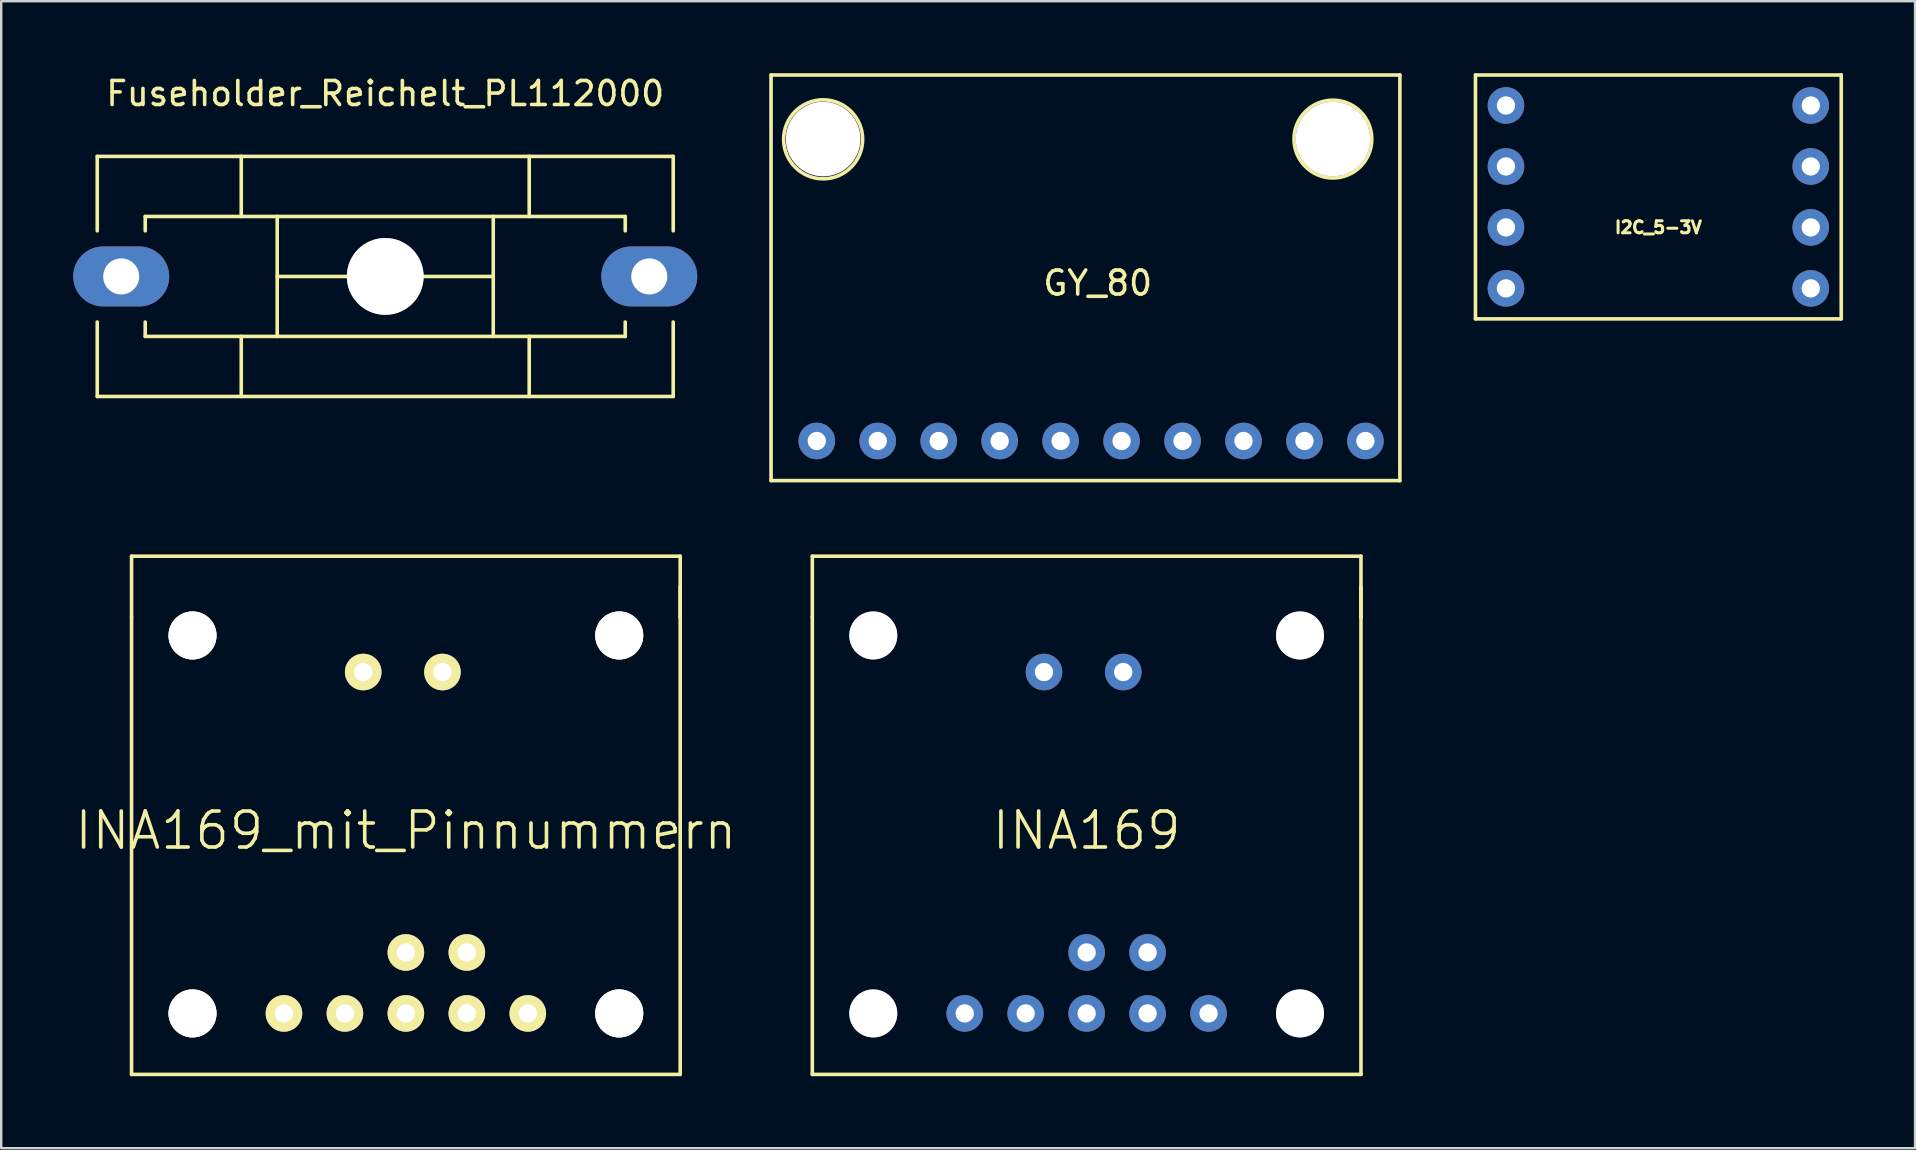
<source format=kicad_pcb>
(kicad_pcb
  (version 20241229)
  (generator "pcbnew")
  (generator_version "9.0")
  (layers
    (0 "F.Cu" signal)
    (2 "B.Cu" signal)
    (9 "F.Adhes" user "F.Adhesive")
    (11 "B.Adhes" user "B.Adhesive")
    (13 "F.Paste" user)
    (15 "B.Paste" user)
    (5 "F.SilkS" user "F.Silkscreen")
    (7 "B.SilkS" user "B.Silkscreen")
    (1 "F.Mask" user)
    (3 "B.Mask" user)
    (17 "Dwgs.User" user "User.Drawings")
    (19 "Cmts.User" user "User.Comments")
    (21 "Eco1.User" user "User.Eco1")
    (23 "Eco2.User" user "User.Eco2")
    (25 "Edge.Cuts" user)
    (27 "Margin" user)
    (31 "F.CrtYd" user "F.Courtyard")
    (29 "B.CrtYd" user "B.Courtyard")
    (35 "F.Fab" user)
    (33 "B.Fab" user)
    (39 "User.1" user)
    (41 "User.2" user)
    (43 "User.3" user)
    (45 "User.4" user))
  (footprint "I2C_5-3V"
    (layer "F.Cu")
    (at 66.047 5.155)
    (property "Reference" "I2C_5-3V" (at 0 1.27 0) (layer "F.SilkS") (effects (font (size 0.5 0.5) (thickness 0.125))))
    (fp_line (start -7.62 -5.08) (end 7.62 -5.08) (stroke (width 0.15) (type solid)) (layer "F.SilkS"))
    (fp_line (start -7.62 5.08) (end -7.62 -5.08) (stroke (width 0.15) (type solid)) (layer "F.SilkS"))
    (fp_line (start 7.62 -5.08) (end 7.62 5.08) (stroke (width 0.15) (type solid)) (layer "F.SilkS"))
    (fp_line (start 7.62 5.08) (end -7.62 5.08) (stroke (width 0.15) (type solid)) (layer "F.SilkS"))
    (pad "1" thru_hole circle (at -6.35 -3.81) (size 1.524 1.524) (drill 0.762) (layers "*.Cu" "*.Mask"))
    (pad "2" thru_hole circle (at -6.35 -1.27) (size 1.524 1.524) (drill 0.762) (layers "*.Cu" "*.Mask"))
    (pad "3" thru_hole circle (at -6.35 1.27) (size 1.524 1.524) (drill 0.762) (layers "*.Cu" "*.Mask"))
    (pad "4" thru_hole circle (at -6.35 3.81) (size 1.524 1.524) (drill 0.762) (layers "*.Cu" "*.Mask"))
    (pad "5" thru_hole circle (at 6.35 -3.81) (size 1.524 1.524) (drill 0.762) (layers "*.Cu" "*.Mask"))
    (pad "6" thru_hole circle (at 6.35 -1.27) (size 1.524 1.524) (drill 0.762) (layers "*.Cu" "*.Mask"))
    (pad "7" thru_hole circle (at 6.35 1.27) (size 1.524 1.524) (drill 0.762) (layers "*.Cu" "*.Mask"))
    (pad "8" thru_hole circle (at 6.35 3.81) (size 1.524 1.524) (drill 0.762) (layers "*.Cu" "*.Mask")))
  (footprint "Fuseholder_Reichelt_PL112000"
    (layer "F.Cu")
    (at 13.001 8.468)
    (property "Reference" "Fuseholder_Reichelt_PL112000" (at 0 -7.62 0) (layer "F.SilkS") (effects (font (size 1 1) (thickness 0.15))))
    (fp_line (start -11.999 -5.001) (end -11.999 -1.9) (stroke (width 0.15) (type solid)) (layer "F.SilkS"))
    (fp_line (start -11.999 1.9) (end -11.999 5.001) (stroke (width 0.15) (type solid)) (layer "F.SilkS"))
    (fp_line (start -11.999 5.001) (end 11.999 5.001) (stroke (width 0.15) (type solid)) (layer "F.SilkS"))
    (fp_line (start -10 -2.499) (end -10 -1.9) (stroke (width 0.15) (type solid)) (layer "F.SilkS"))
    (fp_line (start -10 1.9) (end -10 2.499) (stroke (width 0.15) (type solid)) (layer "F.SilkS"))
    (fp_line (start -10 2.499) (end 10 2.499) (stroke (width 0.15) (type solid)) (layer "F.SilkS"))
    (fp_line (start -5.999 -2.499) (end -5.999 -5.001) (stroke (width 0.15) (type solid)) (layer "F.SilkS"))
    (fp_line (start -5.999 5.001) (end -5.999 2.499) (stroke (width 0.15) (type solid)) (layer "F.SilkS"))
    (fp_line (start -4.501 -2.499) (end -4.501 2.499) (stroke (width 0.15) (type solid)) (layer "F.SilkS"))
    (fp_line (start -4.501 0) (end 4.501 0) (stroke (width 0.15) (type solid)) (layer "F.SilkS"))
    (fp_line (start 4.501 -2.499) (end 4.501 2.499) (stroke (width 0.15) (type solid)) (layer "F.SilkS"))
    (fp_line (start 5.999 -5.001) (end 5.999 -2.499) (stroke (width 0.15) (type solid)) (layer "F.SilkS"))
    (fp_line (start 5.999 5.001) (end 5.999 2.499) (stroke (width 0.15) (type solid)) (layer "F.SilkS"))
    (fp_line (start 10 -2.499) (end -10 -2.499) (stroke (width 0.15) (type solid)) (layer "F.SilkS"))
    (fp_line (start 10 -1.9) (end 10 -2.499) (stroke (width 0.15) (type solid)) (layer "F.SilkS"))
    (fp_line (start 10 2.499) (end 10 1.9) (stroke (width 0.15) (type solid)) (layer "F.SilkS"))
    (fp_line (start 11.999 -5.001) (end -11.999 -5.001) (stroke (width 0.15) (type solid)) (layer "F.SilkS"))
    (fp_line (start 11.999 -1.9) (end 11.999 -5.001) (stroke (width 0.15) (type solid)) (layer "F.SilkS"))
    (fp_line (start 11.999 5.001) (end 11.999 1.9) (stroke (width 0.15) (type solid)) (layer "F.SilkS"))
    (pad "" thru_hole circle (at 0 0) (size 3.2 3.2) (drill 3.2) (layers "*.Cu" "*.Mask"))
    (pad "1" thru_hole oval (at -11.001 0 270) (size 2.499 4) (drill 1.501) (layers "*.Cu" "*.Mask"))
    (pad "2" thru_hole oval (at 11.001 0 270) (size 2.499 4) (drill 1.501) (layers "*.Cu" "*.Mask")))
  (footprint "GY_80"
    (layer "F.Cu")
    (at 41.777 8.72)
    (property "Reference" "GY_80" (at 0.91 0.025 0) (layer "F.SilkS") (effects (font (size 1 1) (thickness 0.15))))
    (fp_line (start -12.7 -8.645) (end -12.7 8.255) (stroke (width 0.15) (type solid)) (layer "F.SilkS"))
    (fp_line (start -12.7 8.255) (end 13.5 8.255) (stroke (width 0.15) (type solid)) (layer "F.SilkS"))
    (fp_line (start 13.5 -8.645) (end -12.7 -8.645) (stroke (width 0.15) (type solid)) (layer "F.SilkS"))
    (fp_line (start 13.5 8.255) (end 13.5 -8.645) (stroke (width 0.15) (type solid)) (layer "F.SilkS"))
    (fp_circle (center -10.53 -5.965) (end -9.2 -4.995) (stroke (width 0.15) (type solid)) (fill no) (layer "F.SilkS"))
    (fp_circle (center 10.71 -5.975) (end 11.51 -4.565) (stroke (width 0.15) (type solid)) (fill no) (layer "F.SilkS"))
    (pad "1" thru_hole circle (at -10.795 6.604) (size 1.524 1.524) (drill 0.762) (layers "*.Cu" "*.Mask"))
    (pad "2" thru_hole circle (at -8.255 6.604) (size 1.524 1.524) (drill 0.762) (layers "*.Cu" "*.Mask"))
    (pad "3" thru_hole circle (at -5.715 6.604) (size 1.524 1.524) (drill 0.762) (layers "*.Cu" "*.Mask"))
    (pad "4" thru_hole circle (at -3.175 6.604) (size 1.524 1.524) (drill 0.762) (layers "*.Cu" "*.Mask"))
    (pad "5" thru_hole circle (at -0.635 6.604) (size 1.524 1.524) (drill 0.762) (layers "*.Cu" "*.Mask"))
    (pad "6" thru_hole circle (at 1.905 6.604) (size 1.524 1.524) (drill 0.762) (layers "*.Cu" "*.Mask"))
    (pad "7" thru_hole circle (at 4.445 6.604) (size 1.524 1.524) (drill 0.762) (layers "*.Cu" "*.Mask"))
    (pad "8" thru_hole circle (at 6.985 6.604) (size 1.524 1.524) (drill 0.762) (layers "*.Cu" "*.Mask"))
    (pad "9" thru_hole circle (at 9.525 6.604) (size 1.524 1.524) (drill 0.762) (layers "*.Cu" "*.Mask"))
    (pad "10" thru_hole circle (at 12.065 6.604) (size 1.524 1.524) (drill 0.762) (layers "*.Cu" "*.Mask"))
    (pad "11" thru_hole circle (at 10.71 -5.975) (size 3.1 3.1) (drill 3.1) (layers "*.Cu" "*.Mask"))
    (pad "12" thru_hole circle (at -10.53 -5.975) (size 3.1 3.1) (drill 3.1) (layers "*.Cu" "*.Mask")))
  (footprint "INA169_mit_Pinnummern"
    (layer "F.Cu")
    (at 13.861 31.555)
    (property "Reference" "INA169_mit_Pinnummern" (at 0 0 180) (layer "F.SilkS") (effects (font (size 1.5 1.5) (thickness 0.15))))
    (fp_line (start -11.43 -11.43) (end 11.43 -11.43) (stroke (width 0.15) (type solid)) (layer "F.SilkS"))
    (fp_line (start -11.43 -8.89) (end -11.43 -11.43) (stroke (width 0.15) (type solid)) (layer "F.SilkS"))
    (fp_line (start -11.43 -8.89) (end -11.43 10.16) (stroke (width 0.15) (type solid)) (layer "F.SilkS"))
    (fp_line (start 11.43 -11.43) (end 11.43 -8.89) (stroke (width 0.15) (type solid)) (layer "F.SilkS"))
    (fp_line (start 11.43 -8.89) (end 11.43 -10.16) (stroke (width 0.15) (type solid)) (layer "F.SilkS"))
    (fp_line (start 11.43 10.16) (end -11.43 10.16) (stroke (width 0.15) (type solid)) (layer "F.SilkS"))
    (fp_line (start 11.43 10.16) (end 11.43 -8.89) (stroke (width 0.15) (type solid)) (layer "F.SilkS"))
    (pad "" thru_hole circle (at -8.89 -8.128) (size 2 2) (drill 2) (layers "*.Cu" "*.Mask" "F.SilkS"))
    (pad "" thru_hole circle (at -8.89 7.62) (size 2 2) (drill 2) (layers "*.Cu" "*.Mask" "F.SilkS"))
    (pad "" thru_hole circle (at 8.89 -8.128) (size 2 2) (drill 2) (layers "*.Cu" "*.Mask" "F.SilkS"))
    (pad "" thru_hole circle (at 8.89 7.62) (size 2 2) (drill 2) (layers "*.Cu" "*.Mask" "F.SilkS"))
    (pad "1" thru_hole circle (at -5.08 7.62) (size 1.524 1.524) (drill 0.762) (layers "*.Cu" "*.Mask" "F.SilkS"))
    (pad "2" thru_hole circle (at -2.54 7.62) (size 1.524 1.524) (drill 0.762) (layers "*.Cu" "*.Mask" "F.SilkS"))
    (pad "3" thru_hole circle (at 5.08 7.62) (size 1.524 1.524) (drill 0.762) (layers "*.Cu" "*.Mask" "F.SilkS"))
    (pad "4" thru_hole circle (at 1.524 -6.604) (size 1.524 1.524) (drill 0.762) (layers "*.Cu" "*.Mask" "F.SilkS"))
    (pad "4" thru_hole circle (at 2.54 5.08) (size 1.524 1.524) (drill 0.762) (layers "*.Cu" "*.Mask" "F.SilkS"))
    (pad "4" thru_hole circle (at 2.54 7.62) (size 1.524 1.524) (drill 0.762) (layers "*.Cu" "*.Mask" "F.SilkS"))
    (pad "5" thru_hole circle (at -1.778 -6.604) (size 1.524 1.524) (drill 0.762) (layers "*.Cu" "*.Mask" "F.SilkS"))
    (pad "5" thru_hole circle (at 0 5.08) (size 1.524 1.524) (drill 0.762) (layers "*.Cu" "*.Mask" "F.SilkS"))
    (pad "5" thru_hole circle (at 0 7.62) (size 1.524 1.524) (drill 0.762) (layers "*.Cu" "*.Mask" "F.SilkS")))
  (footprint "INA169"
    (layer "F.Cu")
    (at 42.226 31.555)
    (property "Reference" "INA169" (at 0 0 180) (layer "F.SilkS") (effects (font (size 1.5 1.5) (thickness 0.15))))
    (fp_line (start -11.43 -11.43) (end 11.43 -11.43) (stroke (width 0.15) (type solid)) (layer "F.SilkS"))
    (fp_line (start -11.43 -8.89) (end -11.43 -11.43) (stroke (width 0.15) (type solid)) (layer "F.SilkS"))
    (fp_line (start -11.43 -8.89) (end -11.43 10.16) (stroke (width 0.15) (type solid)) (layer "F.SilkS"))
    (fp_line (start 11.43 -11.43) (end 11.43 -8.89) (stroke (width 0.15) (type solid)) (layer "F.SilkS"))
    (fp_line (start 11.43 -8.89) (end 11.43 -10.16) (stroke (width 0.15) (type solid)) (layer "F.SilkS"))
    (fp_line (start 11.43 10.16) (end -11.43 10.16) (stroke (width 0.15) (type solid)) (layer "F.SilkS"))
    (fp_line (start 11.43 10.16) (end 11.43 -8.89) (stroke (width 0.15) (type solid)) (layer "F.SilkS"))
    (pad "" thru_hole circle (at -8.89 -8.128) (size 2 2) (drill 2) (layers "*.Cu" "*.Mask"))
    (pad "" thru_hole circle (at -8.89 7.62) (size 2 2) (drill 2) (layers "*.Cu" "*.Mask"))
    (pad "" thru_hole circle (at 8.89 -8.128) (size 2 2) (drill 2) (layers "*.Cu" "*.Mask"))
    (pad "" thru_hole circle (at 8.89 7.62) (size 2 2) (drill 2) (layers "*.Cu" "*.Mask"))
    (pad "1" thru_hole circle (at -5.08 7.62) (size 1.524 1.524) (drill 0.762) (layers "*.Cu" "*.Mask"))
    (pad "2" thru_hole circle (at -2.54 7.62) (size 1.524 1.524) (drill 0.762) (layers "*.Cu" "*.Mask"))
    (pad "3" thru_hole circle (at 5.08 7.62) (size 1.524 1.524) (drill 0.762) (layers "*.Cu" "*.Mask"))
    (pad "4" thru_hole circle (at 1.524 -6.604) (size 1.524 1.524) (drill 0.762) (layers "*.Cu" "*.Mask"))
    (pad "4" thru_hole circle (at 2.54 5.08) (size 1.524 1.524) (drill 0.762) (layers "*.Cu" "*.Mask"))
    (pad "4" thru_hole circle (at 2.54 7.62) (size 1.524 1.524) (drill 0.762) (layers "*.Cu" "*.Mask"))
    (pad "5" thru_hole circle (at -1.778 -6.604) (size 1.524 1.524) (drill 0.762) (layers "*.Cu" "*.Mask"))
    (pad "5" thru_hole circle (at 0 5.08) (size 1.524 1.524) (drill 0.762) (layers "*.Cu" "*.Mask"))
    (pad "5" thru_hole circle (at 0 7.62) (size 1.524 1.524) (drill 0.762) (layers "*.Cu" "*.Mask")))
  (gr_rect
    (start -3 -3)
    (end 76.742 44.79)
    (stroke (width 0.1) (type default))
    (fill no)
    (layer "Edge.Cuts")))
</source>
